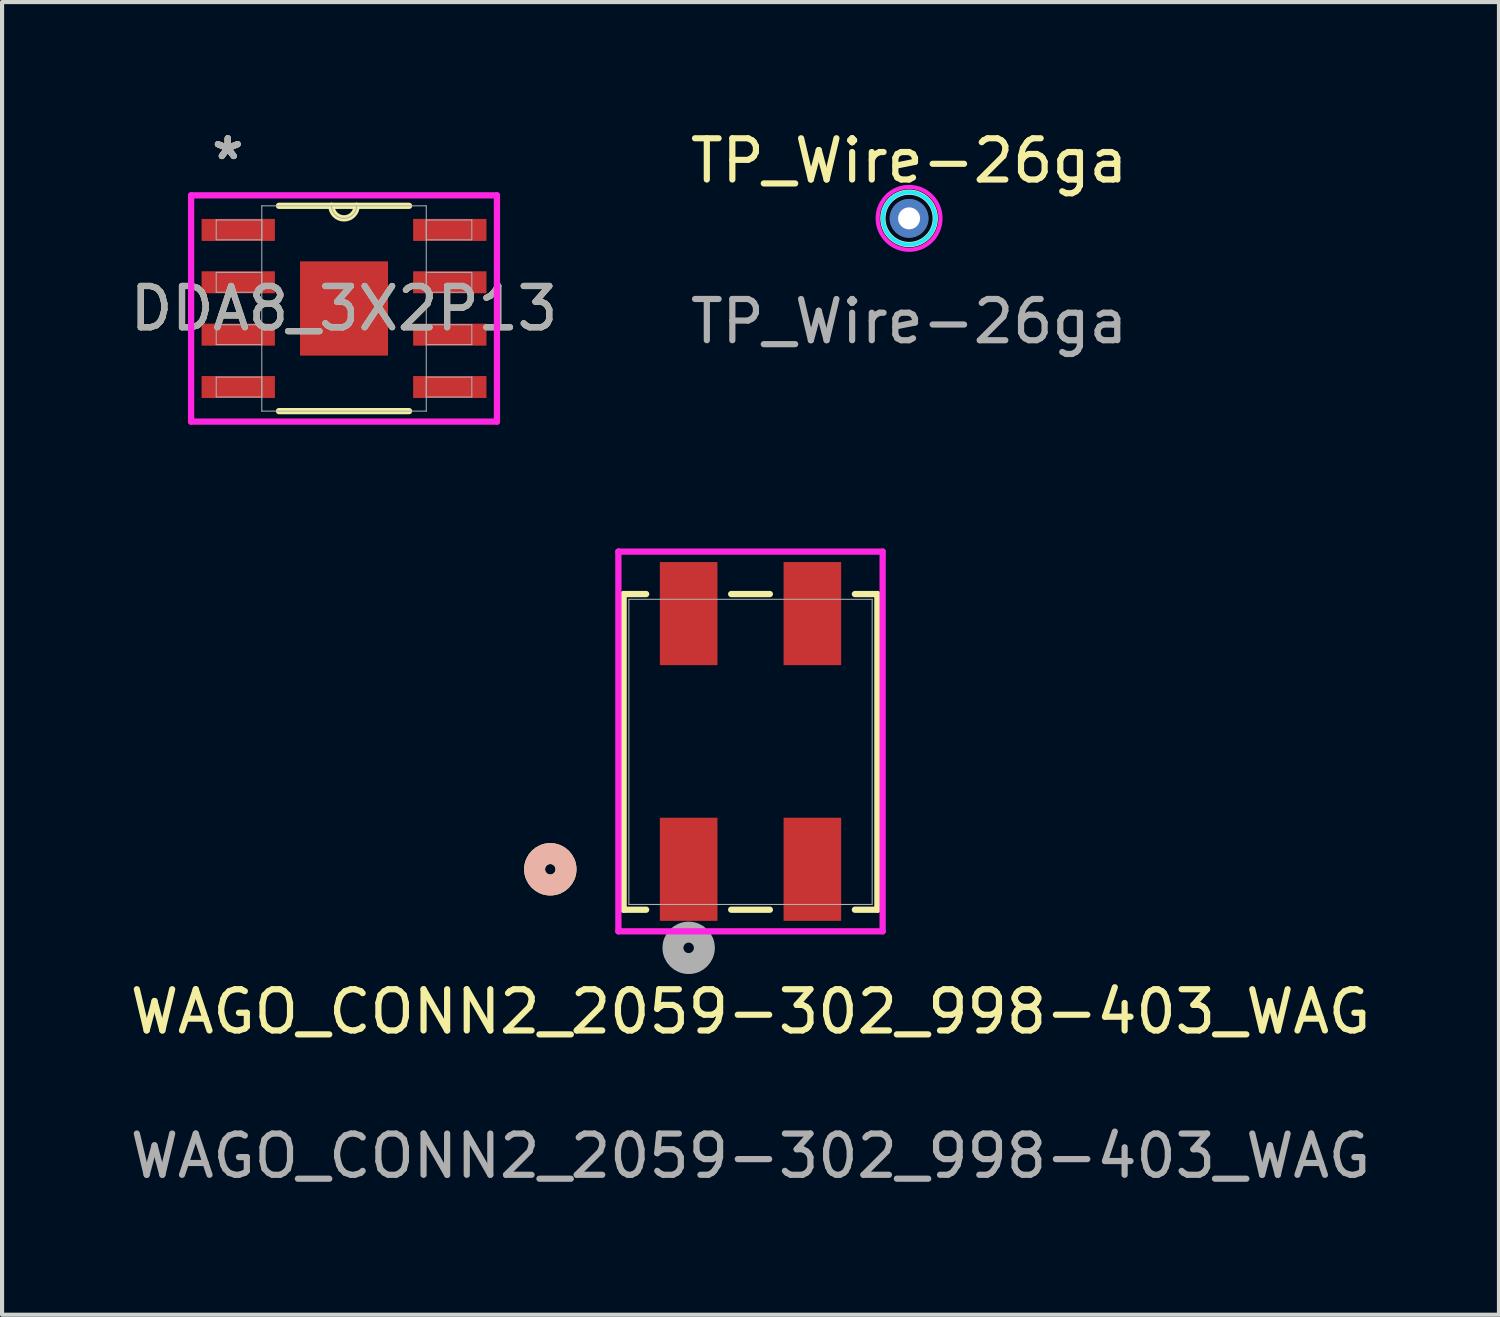
<source format=kicad_pcb>
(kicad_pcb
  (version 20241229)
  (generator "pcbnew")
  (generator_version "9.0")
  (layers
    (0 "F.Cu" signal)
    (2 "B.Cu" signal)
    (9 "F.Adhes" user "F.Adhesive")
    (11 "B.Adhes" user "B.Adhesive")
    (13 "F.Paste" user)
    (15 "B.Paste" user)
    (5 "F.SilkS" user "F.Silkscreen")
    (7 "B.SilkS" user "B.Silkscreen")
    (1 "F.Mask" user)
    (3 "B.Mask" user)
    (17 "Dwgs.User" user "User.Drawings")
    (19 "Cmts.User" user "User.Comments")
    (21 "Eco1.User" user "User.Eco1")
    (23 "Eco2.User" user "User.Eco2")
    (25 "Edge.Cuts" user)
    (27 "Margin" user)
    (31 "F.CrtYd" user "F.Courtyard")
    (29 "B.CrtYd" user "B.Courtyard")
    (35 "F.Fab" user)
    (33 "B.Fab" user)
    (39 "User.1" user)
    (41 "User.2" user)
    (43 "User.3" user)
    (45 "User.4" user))
  (footprint "DDA8_3X2P13"
    (layer "F.Cu")
    (at 5.292 4.43)
    (property "Reference" "DDA8_3X2P13" (at 0 0 0) (unlocked yes) (layer "F.SilkS") (effects (font (size 1 1) (thickness 0.15))))
    (attr smd)
    (fp_line (start -1.577 2.489) (end 1.577 2.489) (stroke (width 0.152) (type solid)) (layer "F.SilkS"))
    (fp_line (start 1.577 -2.489) (end -1.577 -2.489) (stroke (width 0.152) (type solid)) (layer "F.SilkS"))
    (fp_arc (start 0.3048 -2.4892) (mid 0 -2.1844) (end -0.3048 -2.4892) (stroke (width 0.1524) (type solid)) (layer "F.SilkS"))
    (fp_poly (pts (xy -1.067 -1.143) (xy -1.067 1.143) (xy 1.067 1.143) (xy 1.067 -1.143)) (stroke (width 0) (type solid)) (fill yes) (layer "F.Paste"))
    (fp_line (start -3.708 -2.743) (end 3.708 -2.743) (stroke (width 0.152) (type solid)) (layer "F.CrtYd"))
    (fp_line (start -3.708 2.743) (end -3.708 -2.743) (stroke (width 0.152) (type solid)) (layer "F.CrtYd"))
    (fp_line (start 3.708 -2.743) (end 3.708 2.743) (stroke (width 0.152) (type solid)) (layer "F.CrtYd"))
    (fp_line (start 3.708 2.743) (end -3.708 2.743) (stroke (width 0.152) (type solid)) (layer "F.CrtYd"))
    (fp_line (start -3.099 -2.146) (end -3.099 -1.664) (stroke (width 0.025) (type solid)) (layer "F.Fab"))
    (fp_line (start -3.099 -1.664) (end -1.994 -1.664) (stroke (width 0.025) (type solid)) (layer "F.Fab"))
    (fp_line (start -3.099 -0.876) (end -3.099 -0.394) (stroke (width 0.025) (type solid)) (layer "F.Fab"))
    (fp_line (start -3.099 -0.394) (end -1.994 -0.394) (stroke (width 0.025) (type solid)) (layer "F.Fab"))
    (fp_line (start -3.099 0.394) (end -3.099 0.876) (stroke (width 0.025) (type solid)) (layer "F.Fab"))
    (fp_line (start -3.099 0.876) (end -1.994 0.876) (stroke (width 0.025) (type solid)) (layer "F.Fab"))
    (fp_line (start -3.099 1.664) (end -3.099 2.146) (stroke (width 0.025) (type solid)) (layer "F.Fab"))
    (fp_line (start -3.099 2.146) (end -1.994 2.146) (stroke (width 0.025) (type solid)) (layer "F.Fab"))
    (fp_line (start -1.994 -2.489) (end -1.994 2.489) (stroke (width 0.025) (type solid)) (layer "F.Fab"))
    (fp_line (start -1.994 -2.146) (end -3.099 -2.146) (stroke (width 0.025) (type solid)) (layer "F.Fab"))
    (fp_line (start -1.994 -1.664) (end -1.994 -2.146) (stroke (width 0.025) (type solid)) (layer "F.Fab"))
    (fp_line (start -1.994 -0.876) (end -3.099 -0.876) (stroke (width 0.025) (type solid)) (layer "F.Fab"))
    (fp_line (start -1.994 -0.394) (end -1.994 -0.876) (stroke (width 0.025) (type solid)) (layer "F.Fab"))
    (fp_line (start -1.994 0.394) (end -3.099 0.394) (stroke (width 0.025) (type solid)) (layer "F.Fab"))
    (fp_line (start -1.994 0.876) (end -1.994 0.394) (stroke (width 0.025) (type solid)) (layer "F.Fab"))
    (fp_line (start -1.994 1.664) (end -3.099 1.664) (stroke (width 0.025) (type solid)) (layer "F.Fab"))
    (fp_line (start -1.994 2.146) (end -1.994 1.664) (stroke (width 0.025) (type solid)) (layer "F.Fab"))
    (fp_line (start -1.994 2.489) (end 1.994 2.489) (stroke (width 0.025) (type solid)) (layer "F.Fab"))
    (fp_line (start 1.994 -2.489) (end -1.994 -2.489) (stroke (width 0.025) (type solid)) (layer "F.Fab"))
    (fp_line (start 1.994 -2.146) (end 1.994 -1.664) (stroke (width 0.025) (type solid)) (layer "F.Fab"))
    (fp_line (start 1.994 -1.664) (end 3.099 -1.664) (stroke (width 0.025) (type solid)) (layer "F.Fab"))
    (fp_line (start 1.994 -0.876) (end 1.994 -0.394) (stroke (width 0.025) (type solid)) (layer "F.Fab"))
    (fp_line (start 1.994 -0.394) (end 3.099 -0.394) (stroke (width 0.025) (type solid)) (layer "F.Fab"))
    (fp_line (start 1.994 0.394) (end 1.994 0.876) (stroke (width 0.025) (type solid)) (layer "F.Fab"))
    (fp_line (start 1.994 0.876) (end 3.099 0.876) (stroke (width 0.025) (type solid)) (layer "F.Fab"))
    (fp_line (start 1.994 1.664) (end 1.994 2.146) (stroke (width 0.025) (type solid)) (layer "F.Fab"))
    (fp_line (start 1.994 2.146) (end 3.099 2.146) (stroke (width 0.025) (type solid)) (layer "F.Fab"))
    (fp_line (start 1.994 2.489) (end 1.994 -2.489) (stroke (width 0.025) (type solid)) (layer "F.Fab"))
    (fp_line (start 3.099 -2.146) (end 1.994 -2.146) (stroke (width 0.025) (type solid)) (layer "F.Fab"))
    (fp_line (start 3.099 -1.664) (end 3.099 -2.146) (stroke (width 0.025) (type solid)) (layer "F.Fab"))
    (fp_line (start 3.099 -0.876) (end 1.994 -0.876) (stroke (width 0.025) (type solid)) (layer "F.Fab"))
    (fp_line (start 3.099 -0.394) (end 3.099 -0.876) (stroke (width 0.025) (type solid)) (layer "F.Fab"))
    (fp_line (start 3.099 0.394) (end 1.994 0.394) (stroke (width 0.025) (type solid)) (layer "F.Fab"))
    (fp_line (start 3.099 0.876) (end 3.099 0.394) (stroke (width 0.025) (type solid)) (layer "F.Fab"))
    (fp_line (start 3.099 1.664) (end 1.994 1.664) (stroke (width 0.025) (type solid)) (layer "F.Fab"))
    (fp_line (start 3.099 2.146) (end 3.099 1.664) (stroke (width 0.025) (type solid)) (layer "F.Fab"))
    (fp_arc (start 0.3048 -2.4892) (mid 0 -2.1844) (end -0.3048 -2.4892) (stroke (width 0.0254) (type solid)) (layer "F.Fab"))
    (fp_text user "*" (at -2.819 -3.581 0) (layer "F.SilkS") (effects (font (size 1 1) (thickness 0.15))))
    (fp_text user "*" (at -2.819 -3.581 0) (unlocked yes) (layer "F.SilkS") (effects (font (size 1 1) (thickness 0.15))))
    (fp_text user "*" (at -2.819 -3.581 0) (unlocked yes) (layer "F.Fab") (effects (font (size 1 1) (thickness 0.15))))
    (fp_text user "${REFERENCE}" (at 0 0 0) (unlocked yes) (layer "F.Fab") (effects (font (size 1 1) (thickness 0.15))))
    (fp_text user "*" (at -2.819 -3.581 0) (layer "F.Fab") (effects (font (size 1 1) (thickness 0.15))))
    (pad "1" smd rect (at -2.565 -1.905) (size 1.778 0.533) (layers "F.Cu" "F.Mask" "F.Paste"))
    (pad "2" smd rect (at -2.565 -0.635) (size 1.778 0.533) (layers "F.Cu" "F.Mask" "F.Paste"))
    (pad "3" smd rect (at -2.565 0.635) (size 1.778 0.533) (layers "F.Cu" "F.Mask" "F.Paste"))
    (pad "4" smd rect (at -2.565 1.905) (size 1.778 0.533) (layers "F.Cu" "F.Mask" "F.Paste"))
    (pad "5" smd rect (at 2.565 1.905) (size 1.778 0.533) (layers "F.Cu" "F.Mask" "F.Paste"))
    (pad "6" smd rect (at 2.565 0.635) (size 1.778 0.533) (layers "F.Cu" "F.Mask" "F.Paste"))
    (pad "7" smd rect (at 2.565 -0.635) (size 1.778 0.533) (layers "F.Cu" "F.Mask" "F.Paste"))
    (pad "8" smd rect (at 2.565 -1.905) (size 1.778 0.533) (layers "F.Cu" "F.Mask" "F.Paste"))
    (pad "EPAD" smd rect (at 0 0) (size 2.134 2.286) (layers "F.Cu" "F.Mask" "F.Paste")))
  (footprint "WAGO_CONN2_2059-302_998-403_WAG"
    (layer "F.Cu")
    (at 15.149 15.182)
    (property "Reference" "WAGO_CONN2_2059-302_998-403_WAG" (at 0 6.3 0) (unlocked yes) (layer "F.SilkS") (effects (font (size 1 1) (thickness 0.15))))
    (attr smd)
    (fp_line (start -3.077 -3.827) (end -3.077 3.827) (stroke (width 0.152) (type solid)) (layer "F.SilkS"))
    (fp_line (start -3.077 3.827) (end -2.531 3.827) (stroke (width 0.152) (type solid)) (layer "F.SilkS"))
    (fp_line (start -2.531 -3.827) (end -3.077 -3.827) (stroke (width 0.152) (type solid)) (layer "F.SilkS"))
    (fp_line (start -0.469 3.827) (end 0.469 3.827) (stroke (width 0.152) (type solid)) (layer "F.SilkS"))
    (fp_line (start 0.469 -3.827) (end -0.469 -3.827) (stroke (width 0.152) (type solid)) (layer "F.SilkS"))
    (fp_line (start 2.531 3.827) (end 3.077 3.827) (stroke (width 0.152) (type solid)) (layer "F.SilkS"))
    (fp_line (start 3.077 -3.827) (end 2.531 -3.827) (stroke (width 0.152) (type solid)) (layer "F.SilkS"))
    (fp_line (start 3.077 3.827) (end 3.077 -3.827) (stroke (width 0.152) (type solid)) (layer "F.SilkS"))
    (fp_circle (center -4.855 2.847) (end -4.474 2.847) (stroke (width 0.508) (type solid)) (fill no) (layer "F.SilkS"))
    (fp_circle (center -4.855 2.847) (end -4.474 2.847) (stroke (width 0.508) (type solid)) (fill no) (layer "B.SilkS"))
    (fp_line (start -3.204 -4.857) (end -3.204 4.351) (stroke (width 0.152) (type solid)) (layer "F.CrtYd"))
    (fp_line (start -3.204 4.351) (end 3.204 4.351) (stroke (width 0.152) (type solid)) (layer "F.CrtYd"))
    (fp_line (start 3.204 -4.857) (end -3.204 -4.857) (stroke (width 0.152) (type solid)) (layer "F.CrtYd"))
    (fp_line (start 3.204 4.351) (end 3.204 -4.857) (stroke (width 0.152) (type solid)) (layer "F.CrtYd"))
    (fp_line (start -2.95 -3.7) (end -2.95 3.7) (stroke (width 0.025) (type solid)) (layer "F.Fab"))
    (fp_line (start -2.95 3.7) (end 2.95 3.7) (stroke (width 0.025) (type solid)) (layer "F.Fab"))
    (fp_line (start 2.95 -3.7) (end -2.95 -3.7) (stroke (width 0.025) (type solid)) (layer "F.Fab"))
    (fp_line (start 2.95 3.7) (end 2.95 -3.7) (stroke (width 0.025) (type solid)) (layer "F.Fab"))
    (fp_circle (center -1.5 4.752) (end -1.119 4.752) (stroke (width 0.508) (type solid)) (fill no) (layer "F.Fab"))
    (fp_text user "${REFERENCE}" (at 0 9.8 0) (unlocked yes) (layer "F.Fab") (effects (font (size 1 1) (thickness 0.15))))
    (pad "1" smd rect (at -1.5 2.847) (size 1.397 2.5) (layers "F.Cu" "F.Mask" "F.Paste"))
    (pad "2" smd rect (at -1.5 -3.353) (size 1.397 2.5) (layers "F.Cu" "F.Mask" "F.Paste"))
    (pad "3" smd rect (at 1.5 2.847) (size 1.397 2.5) (layers "F.Cu" "F.Mask" "F.Paste"))
    (pad "4" smd rect (at 1.5 -3.353) (size 1.397 2.5) (layers "F.Cu" "F.Mask" "F.Paste")))
  (footprint "TP_Wire-26ga"
    (layer "F.Cu")
    (at 18.994 2.245)
    (property "Reference" "TP_Wire-26ga" (at 0 -1.397 0) (unlocked yes) (layer "F.SilkS") (effects (font (size 1 1) (thickness 0.15))))
    (attr through_hole)
    (fp_circle (center 0 0) (end 0.635 0) (stroke (width 0.127) (type default)) (fill no) (layer "F.SilkS"))
    (fp_circle (center 0 0) (end 0.635 0) (stroke (width 0.1) (type default)) (fill no) (layer "B.CrtYd"))
    (fp_circle (center 0 0) (end 0.762 0) (stroke (width 0.1) (type default)) (fill no) (layer "F.CrtYd"))
    (fp_text user "${REFERENCE}" (at 0 2.5 0) (unlocked yes) (layer "F.Fab") (effects (font (size 1 1) (thickness 0.15))))
    (pad "1" thru_hole circle (at 0 0) (size 0.94 0.94) (drill 0.533) (layers "*.Cu" "*.Mask")))
  (gr_rect
    (start -3 -3)
    (end 33.298 28.831)
    (stroke (width 0.1) (type default))
    (fill no)
    (layer "Edge.Cuts")))
</source>
